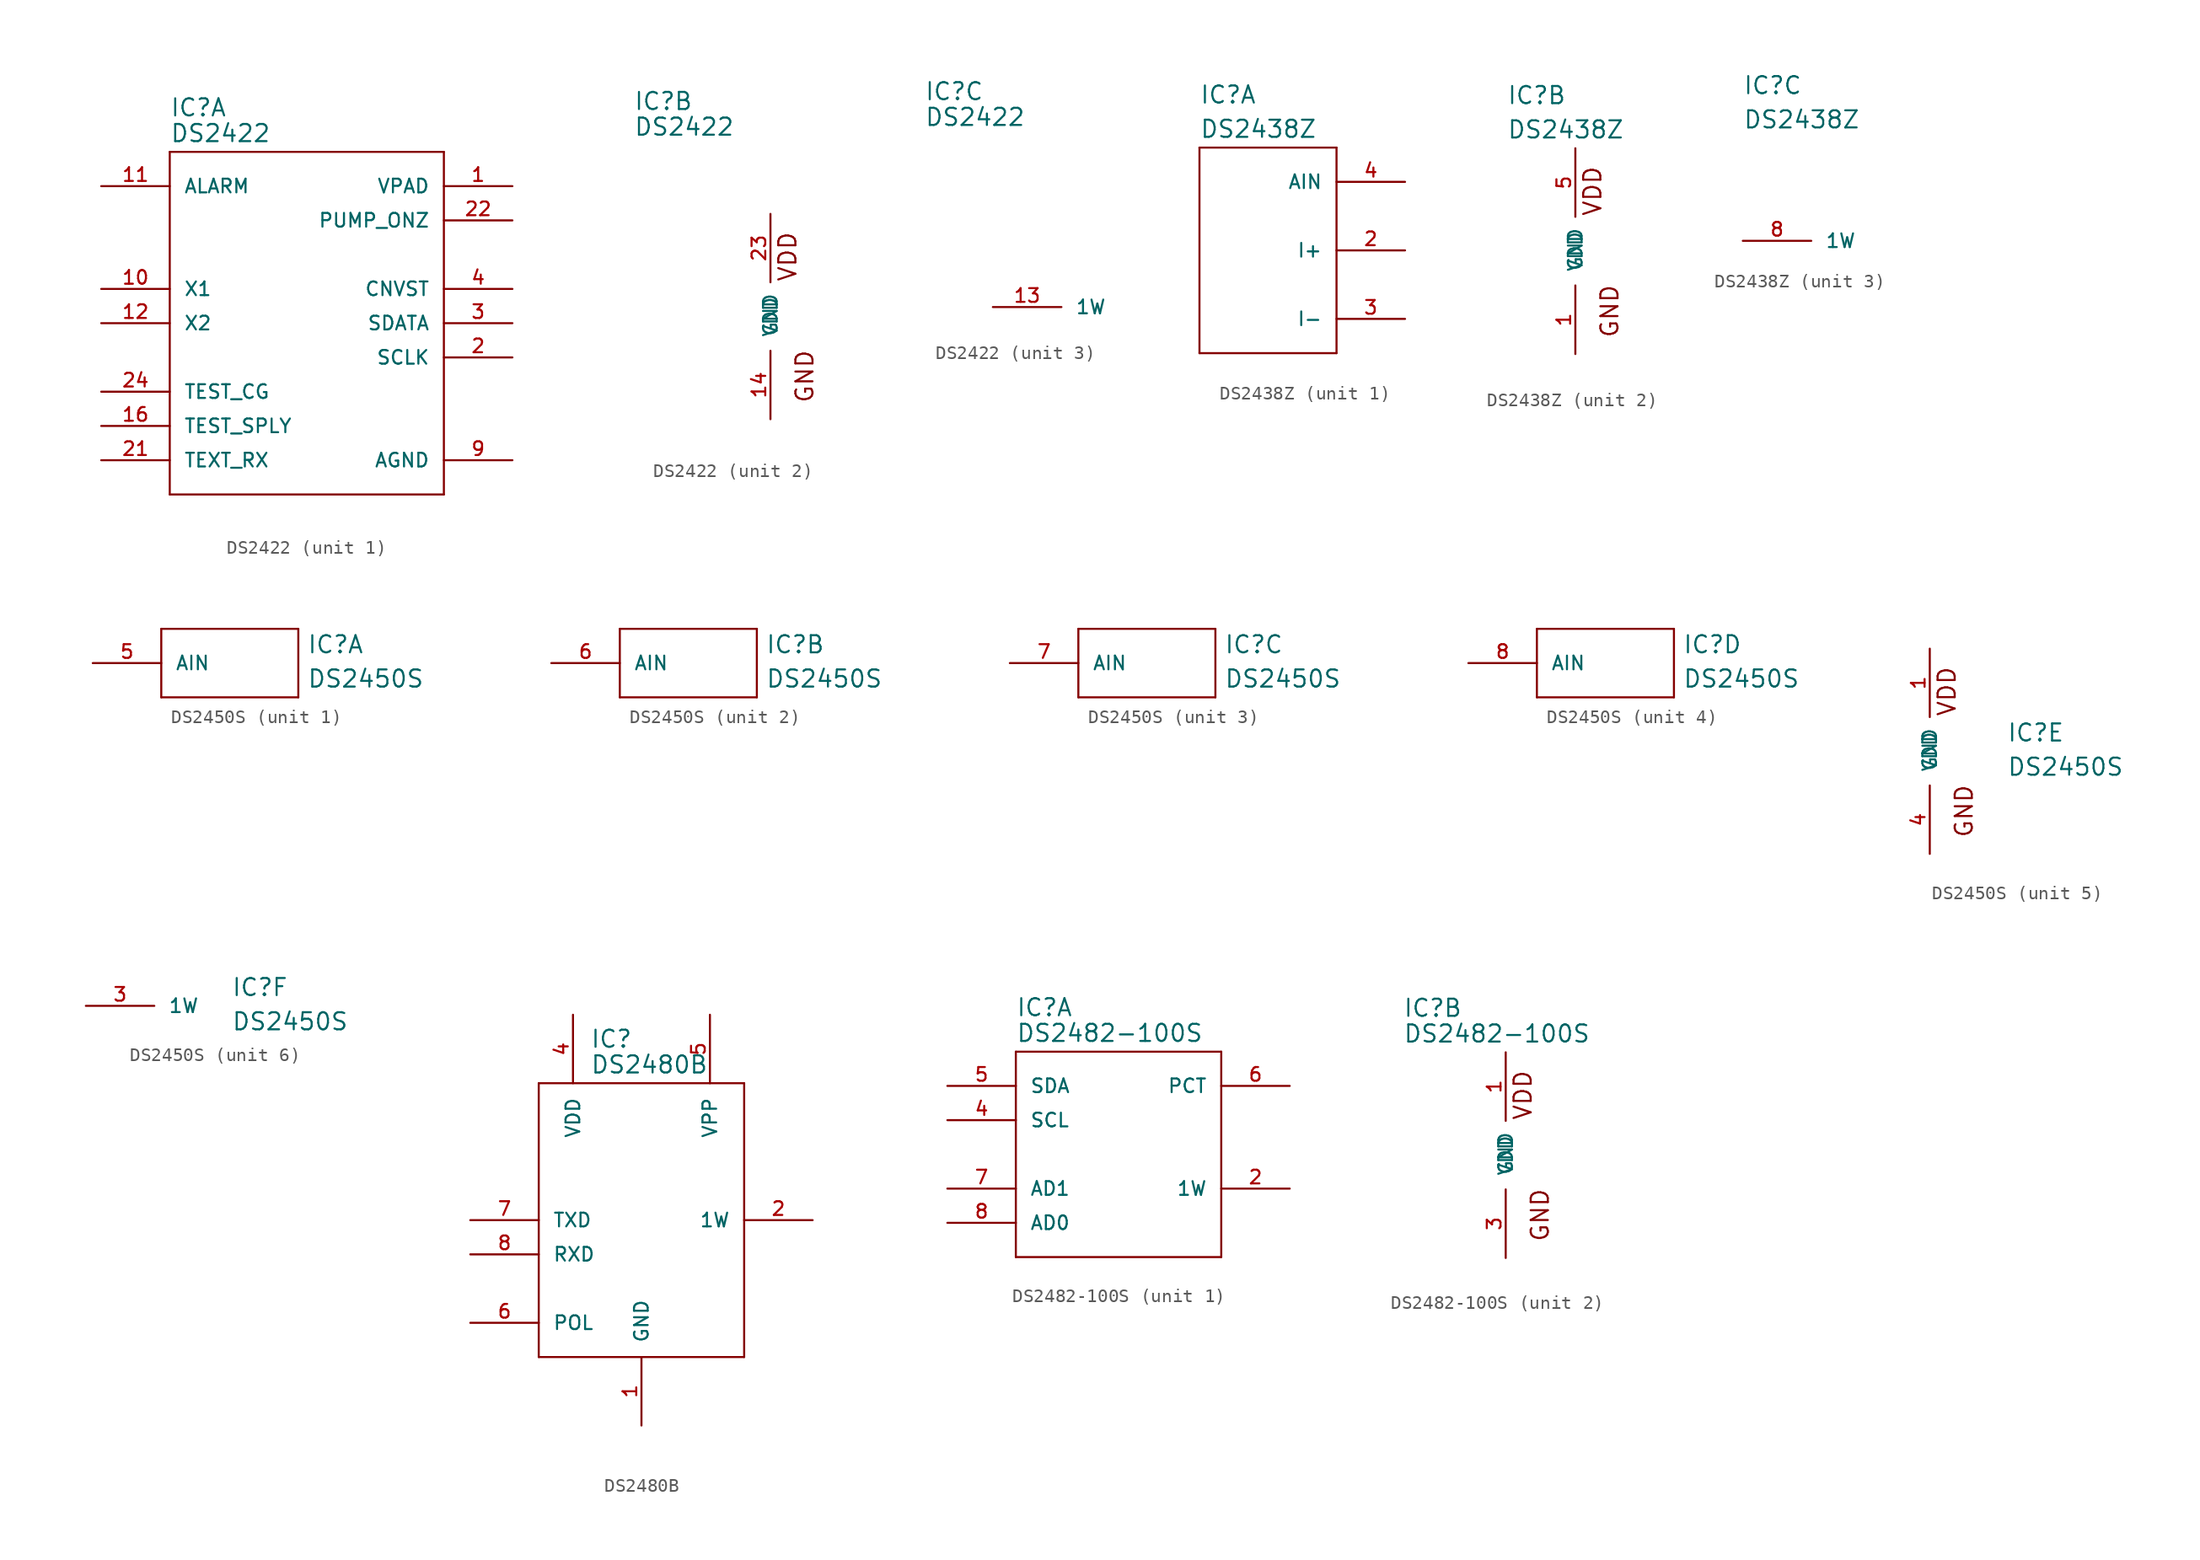
<source format=kicad_sym>
(kicad_symbol_lib
  (version 20220126)
  (generator kicad_symbol_editor)
  (symbol "DS2422"
    (pin_names
      (offset 1.016))
    (property "Reference" "IC"
      (at -10.16 15.24 0)
      (effects (font (size 1.27 1.27)) (justify left bottom)))
    (property "Value" "DS2422"
      (at -10.16 13.335 0)
      (effects (font (size 1.27 1.27)) (justify left bottom)))
    (property "ki_locked" ""
      (at 0 0 0)
      (effects (font (size 1.27 1.27))))
    (symbol "DS2422_1_0"
      (polyline (pts (xy -10.16 -12.7) (xy 10.16 -12.7)) (stroke (width 0) (type default)) (fill (type none)))
      (polyline (pts (xy -10.16 12.7) (xy -10.16 -12.7)) (stroke (width 0) (type default)) (fill (type none)))
      (polyline (pts (xy 10.16 -12.7) (xy 10.16 12.7)) (stroke (width 0) (type default)) (fill (type none)))
      (polyline (pts (xy 10.16 12.7) (xy -10.16 12.7)) (stroke (width 0) (type default)) (fill (type none))))
    (symbol "DS2422_1_1"
      (pin power_in line (at 15.24 10.16 180) (length 5.08) (name "VPAD" (effects (font (size 1.016 1.016)))) (number "1" (effects (font (size 1.016 1.016)))))
      (pin passive line (at -15.24 2.54 0) (length 5.08) (name "X1" (effects (font (size 1.016 1.016)))) (number "10" (effects (font (size 1.016 1.016)))))
      (pin output line (at -15.24 10.16 0) (length 5.08) (name "ALARM" (effects (font (size 1.016 1.016)))) (number "11" (effects (font (size 1.016 1.016)))))
      (pin passive line (at -15.24 0 0) (length 5.08) (name "X2" (effects (font (size 1.016 1.016)))) (number "12" (effects (font (size 1.016 1.016)))))
      (pin power_in line (at -15.24 -7.62 0) (length 5.08) (name "TEST_SPLY" (effects (font (size 1.016 1.016)))) (number "16" (effects (font (size 1.016 1.016)))))
      (pin output line (at 15.24 -2.54 180) (length 5.08) (name "SCLK" (effects (font (size 1.016 1.016)))) (number "2" (effects (font (size 1.016 1.016)))))
      (pin power_in line (at -15.24 -10.16 0) (length 5.08) (name "TEXT_RX" (effects (font (size 1.016 1.016)))) (number "21" (effects (font (size 1.016 1.016)))))
      (pin output line (at 15.24 7.62 180) (length 5.08) (name "PUMP_ONZ" (effects (font (size 1.016 1.016)))) (number "22" (effects (font (size 1.016 1.016)))))
      (pin power_in line (at -15.24 -5.08 0) (length 5.08) (name "TEST_CG" (effects (font (size 1.016 1.016)))) (number "24" (effects (font (size 1.016 1.016)))))
      (pin bidirectional line (at 15.24 0 180) (length 5.08) (name "SDATA" (effects (font (size 1.016 1.016)))) (number "3" (effects (font (size 1.016 1.016)))))
      (pin output line (at 15.24 2.54 180) (length 5.08) (name "CNVST" (effects (font (size 1.016 1.016)))) (number "4" (effects (font (size 1.016 1.016)))))
      (pin power_in line (at 15.24 -10.16 180) (length 5.08) (name "AGND" (effects (font (size 1.016 1.016)))) (number "9" (effects (font (size 1.016 1.016))))))
    (symbol "DS2422_2_0"
      (text "GND" (at 2.54 -4.445 1) (effects (font (size 1.27 1.27))))
      (text "VDD" (at 1.27 4.445 1) (effects (font (size 1.27 1.27)))))
    (symbol "DS2422_2_1"
      (pin power_in line (at 0 -7.62 90) (length 5.08) (name "GND" (effects (font (size 1.016 1.016)))) (number "14" (effects (font (size 1.016 1.016)))))
      (pin power_in line (at 0 7.62 270) (length 5.08) (name "VDD" (effects (font (size 1.016 1.016)))) (number "23" (effects (font (size 1.016 1.016))))))
    (symbol "DS2422_3_1"
      (pin power_in line (at -5.08 0 0) (length 5.08) (name "1W" (effects (font (size 1.016 1.016)))) (number "13" (effects (font (size 1.016 1.016)))))))
  (symbol "DS2438Z"
    (pin_names
      (offset 1.016))
    (property "Reference" "IC"
      (at -5.08 10.795 0)
      (effects (font (size 1.27 1.27)) (justify left bottom)))
    (property "Value" "DS2438Z"
      (at -5.08 8.255 0)
      (effects (font (size 1.27 1.27)) (justify left bottom)))
    (property "ki_locked" ""
      (at 0 0 0)
      (effects (font (size 1.27 1.27))))
    (symbol "DS2438Z_1_0"
      (polyline (pts (xy -5.08 -7.62) (xy -5.08 7.62)) (stroke (width 0) (type default)) (fill (type none)))
      (polyline (pts (xy -5.08 7.62) (xy 5.08 7.62)) (stroke (width 0) (type default)) (fill (type none)))
      (polyline (pts (xy 5.08 -7.62) (xy -5.08 -7.62)) (stroke (width 0) (type default)) (fill (type none)))
      (polyline (pts (xy 5.08 7.62) (xy 5.08 -7.62)) (stroke (width 0) (type default)) (fill (type none))))
    (symbol "DS2438Z_1_1"
      (pin input line (at 10.16 0 180) (length 5.08) (name "I+" (effects (font (size 1.016 1.016)))) (number "2" (effects (font (size 1.016 1.016)))))
      (pin input line (at 10.16 -5.08 180) (length 5.08) (name "I-" (effects (font (size 1.016 1.016)))) (number "3" (effects (font (size 1.016 1.016)))))
      (pin input line (at 10.16 5.08 180) (length 5.08) (name "AIN" (effects (font (size 1.016 1.016)))) (number "4" (effects (font (size 1.016 1.016))))))
    (symbol "DS2438Z_2_0"
      (text "GND" (at 2.54 -4.445 1) (effects (font (size 1.27 1.27))))
      (text "VDD" (at 1.27 4.445 1) (effects (font (size 1.27 1.27)))))
    (symbol "DS2438Z_2_1"
      (pin power_in line (at 0 -7.62 90) (length 5.08) (name "GND" (effects (font (size 1.016 1.016)))) (number "1" (effects (font (size 1.016 1.016)))))
      (pin power_in line (at 0 7.62 270) (length 5.08) (name "VDD" (effects (font (size 1.016 1.016)))) (number "5" (effects (font (size 1.016 1.016))))))
    (symbol "DS2438Z_3_1"
      (pin power_in line (at -5.08 0 0) (length 5.08) (name "1W" (effects (font (size 1.016 1.016)))) (number "8" (effects (font (size 1.016 1.016)))))))
  (symbol "DS2450S"
    (pin_names
      (offset 1.016))
    (property "Reference" "IC"
      (at 5.715 0.635 0)
      (effects (font (size 1.27 1.27)) (justify left bottom)))
    (property "Value" "DS2450S"
      (at 5.715 -1.905 0)
      (effects (font (size 1.27 1.27)) (justify left bottom)))
    (property "ki_locked" ""
      (at 0 0 0)
      (effects (font (size 1.27 1.27))))
    (symbol "DS2450S_1_0"
      (polyline (pts (xy -5.08 -2.54) (xy -5.08 2.54)) (stroke (width 0) (type default)) (fill (type none)))
      (polyline (pts (xy -5.08 2.54) (xy 5.08 2.54)) (stroke (width 0) (type default)) (fill (type none)))
      (polyline (pts (xy 5.08 -2.54) (xy -5.08 -2.54)) (stroke (width 0) (type default)) (fill (type none)))
      (polyline (pts (xy 5.08 2.54) (xy 5.08 -2.54)) (stroke (width 0) (type default)) (fill (type none))))
    (symbol "DS2450S_1_1"
      (pin open_collector line (at -10.16 0 0) (length 5.08) (name "AIN" (effects (font (size 1.016 1.016)))) (number "5" (effects (font (size 1.016 1.016))))))
    (symbol "DS2450S_2_0"
      (polyline (pts (xy -5.08 -2.54) (xy -5.08 2.54)) (stroke (width 0) (type default)) (fill (type none)))
      (polyline (pts (xy -5.08 2.54) (xy 5.08 2.54)) (stroke (width 0) (type default)) (fill (type none)))
      (polyline (pts (xy 5.08 -2.54) (xy -5.08 -2.54)) (stroke (width 0) (type default)) (fill (type none)))
      (polyline (pts (xy 5.08 2.54) (xy 5.08 -2.54)) (stroke (width 0) (type default)) (fill (type none))))
    (symbol "DS2450S_2_1"
      (pin open_collector line (at -10.16 0 0) (length 5.08) (name "AIN" (effects (font (size 1.016 1.016)))) (number "6" (effects (font (size 1.016 1.016))))))
    (symbol "DS2450S_3_0"
      (polyline (pts (xy -5.08 -2.54) (xy -5.08 2.54)) (stroke (width 0) (type default)) (fill (type none)))
      (polyline (pts (xy -5.08 2.54) (xy 5.08 2.54)) (stroke (width 0) (type default)) (fill (type none)))
      (polyline (pts (xy 5.08 -2.54) (xy -5.08 -2.54)) (stroke (width 0) (type default)) (fill (type none)))
      (polyline (pts (xy 5.08 2.54) (xy 5.08 -2.54)) (stroke (width 0) (type default)) (fill (type none))))
    (symbol "DS2450S_3_1"
      (pin open_collector line (at -10.16 0 0) (length 5.08) (name "AIN" (effects (font (size 1.016 1.016)))) (number "7" (effects (font (size 1.016 1.016))))))
    (symbol "DS2450S_4_0"
      (polyline (pts (xy -5.08 -2.54) (xy -5.08 2.54)) (stroke (width 0) (type default)) (fill (type none)))
      (polyline (pts (xy -5.08 2.54) (xy 5.08 2.54)) (stroke (width 0) (type default)) (fill (type none)))
      (polyline (pts (xy 5.08 -2.54) (xy -5.08 -2.54)) (stroke (width 0) (type default)) (fill (type none)))
      (polyline (pts (xy 5.08 2.54) (xy 5.08 -2.54)) (stroke (width 0) (type default)) (fill (type none))))
    (symbol "DS2450S_4_1"
      (pin open_collector line (at -10.16 0 0) (length 5.08) (name "AIN" (effects (font (size 1.016 1.016)))) (number "8" (effects (font (size 1.016 1.016))))))
    (symbol "DS2450S_5_0"
      (text "GND" (at 2.54 -4.445 1) (effects (font (size 1.27 1.27))))
      (text "VDD" (at 1.27 4.445 1) (effects (font (size 1.27 1.27)))))
    (symbol "DS2450S_5_1"
      (pin power_in line (at 0 7.62 270) (length 5.08) (name "VDD" (effects (font (size 1.016 1.016)))) (number "1" (effects (font (size 1.016 1.016)))))
      (pin power_in line (at 0 -7.62 90) (length 5.08) (name "GND" (effects (font (size 1.016 1.016)))) (number "4" (effects (font (size 1.016 1.016))))))
    (symbol "DS2450S_6_1"
      (pin power_in line (at -5.08 0 0) (length 5.08) (name "1W" (effects (font (size 1.016 1.016)))) (number "3" (effects (font (size 1.016 1.016)))))))
  (symbol "DS2480B"
    (pin_names
      (offset 1.016))
    (property "Reference" "IC"
      (at -8.89 20.32 0)
      (effects (font (size 1.27 1.27)) (justify left bottom)))
    (property "Value" "DS2480B"
      (at -8.89 18.415 0)
      (effects (font (size 1.27 1.27)) (justify left bottom)))
    (property "ki_locked" ""
      (at 0 0 0)
      (effects (font (size 1.27 1.27))))
    (symbol "DS2480B_1_0"
      (polyline (pts (xy -12.7 -2.54) (xy -12.7 17.78)) (stroke (width 0) (type default)) (fill (type none)))
      (polyline (pts (xy -12.7 17.78) (xy 2.54 17.78)) (stroke (width 0) (type default)) (fill (type none)))
      (polyline (pts (xy 2.54 -2.54) (xy -12.7 -2.54)) (stroke (width 0) (type default)) (fill (type none)))
      (polyline (pts (xy 2.54 17.78) (xy 2.54 -2.54)) (stroke (width 0) (type default)) (fill (type none))))
    (symbol "DS2480B_1_1"
      (pin power_in line (at -5.08 -7.62 90) (length 5.08) (name "GND" (effects (font (size 1.016 1.016)))) (number "1" (effects (font (size 1.016 1.016)))))
      (pin open_collector line (at 7.62 7.62 180) (length 5.08) (name "1W" (effects (font (size 1.016 1.016)))) (number "2" (effects (font (size 1.016 1.016)))))
      (pin power_in line (at -10.16 22.86 270) (length 5.08) (name "VDD" (effects (font (size 1.016 1.016)))) (number "4" (effects (font (size 1.016 1.016)))))
      (pin power_in line (at 0 22.86 270) (length 5.08) (name "VPP" (effects (font (size 1.016 1.016)))) (number "5" (effects (font (size 1.016 1.016)))))
      (pin input line (at -17.78 0 0) (length 5.08) (name "POL" (effects (font (size 1.016 1.016)))) (number "6" (effects (font (size 1.016 1.016)))))
      (pin input line (at -17.78 7.62 0) (length 5.08) (name "TXD" (effects (font (size 1.016 1.016)))) (number "7" (effects (font (size 1.016 1.016)))))
      (pin output line (at -17.78 5.08 0) (length 5.08) (name "RXD" (effects (font (size 1.016 1.016)))) (number "8" (effects (font (size 1.016 1.016)))))))
  (symbol "DS2482-100S"
    (pin_names
      (offset 1.016))
    (property "Reference" "IC"
      (at -7.62 10.16 0)
      (effects (font (size 1.27 1.27)) (justify left bottom)))
    (property "Value" "DS2482-100S"
      (at -7.62 8.255 0)
      (effects (font (size 1.27 1.27)) (justify left bottom)))
    (property "ki_locked" ""
      (at 0 0 0)
      (effects (font (size 1.27 1.27))))
    (symbol "DS2482-100S_1_0"
      (polyline (pts (xy -7.62 -7.62) (xy 7.62 -7.62)) (stroke (width 0) (type default)) (fill (type none)))
      (polyline (pts (xy -7.62 7.62) (xy -7.62 -7.62)) (stroke (width 0) (type default)) (fill (type none)))
      (polyline (pts (xy 7.62 -7.62) (xy 7.62 7.62)) (stroke (width 0) (type default)) (fill (type none)))
      (polyline (pts (xy 7.62 7.62) (xy -7.62 7.62)) (stroke (width 0) (type default)) (fill (type none))))
    (symbol "DS2482-100S_1_1"
      (pin open_collector line (at 12.7 -2.54 180) (length 5.08) (name "1W" (effects (font (size 1.016 1.016)))) (number "2" (effects (font (size 1.016 1.016)))))
      (pin input line (at -12.7 2.54 0) (length 5.08) (name "SCL" (effects (font (size 1.016 1.016)))) (number "4" (effects (font (size 1.016 1.016)))))
      (pin bidirectional line (at -12.7 5.08 0) (length 5.08) (name "SDA" (effects (font (size 1.016 1.016)))) (number "5" (effects (font (size 1.016 1.016)))))
      (pin output line (at 12.7 5.08 180) (length 5.08) (name "PCT" (effects (font (size 1.016 1.016)))) (number "6" (effects (font (size 1.016 1.016)))))
      (pin input line (at -12.7 -2.54 0) (length 5.08) (name "AD1" (effects (font (size 1.016 1.016)))) (number "7" (effects (font (size 1.016 1.016)))))
      (pin input line (at -12.7 -5.08 0) (length 5.08) (name "AD0" (effects (font (size 1.016 1.016)))) (number "8" (effects (font (size 1.016 1.016))))))
    (symbol "DS2482-100S_2_0"
      (text "GND" (at 2.54 -4.445 1) (effects (font (size 1.27 1.27))))
      (text "VDD" (at 1.27 4.445 1) (effects (font (size 1.27 1.27)))))
    (symbol "DS2482-100S_2_1"
      (pin power_in line (at 0 7.62 270) (length 5.08) (name "VDD" (effects (font (size 1.016 1.016)))) (number "1" (effects (font (size 1.016 1.016)))))
      (pin power_in line (at 0 -7.62 90) (length 5.08) (name "GND" (effects (font (size 1.016 1.016)))) (number "3" (effects (font (size 1.016 1.016))))))))
</source>
